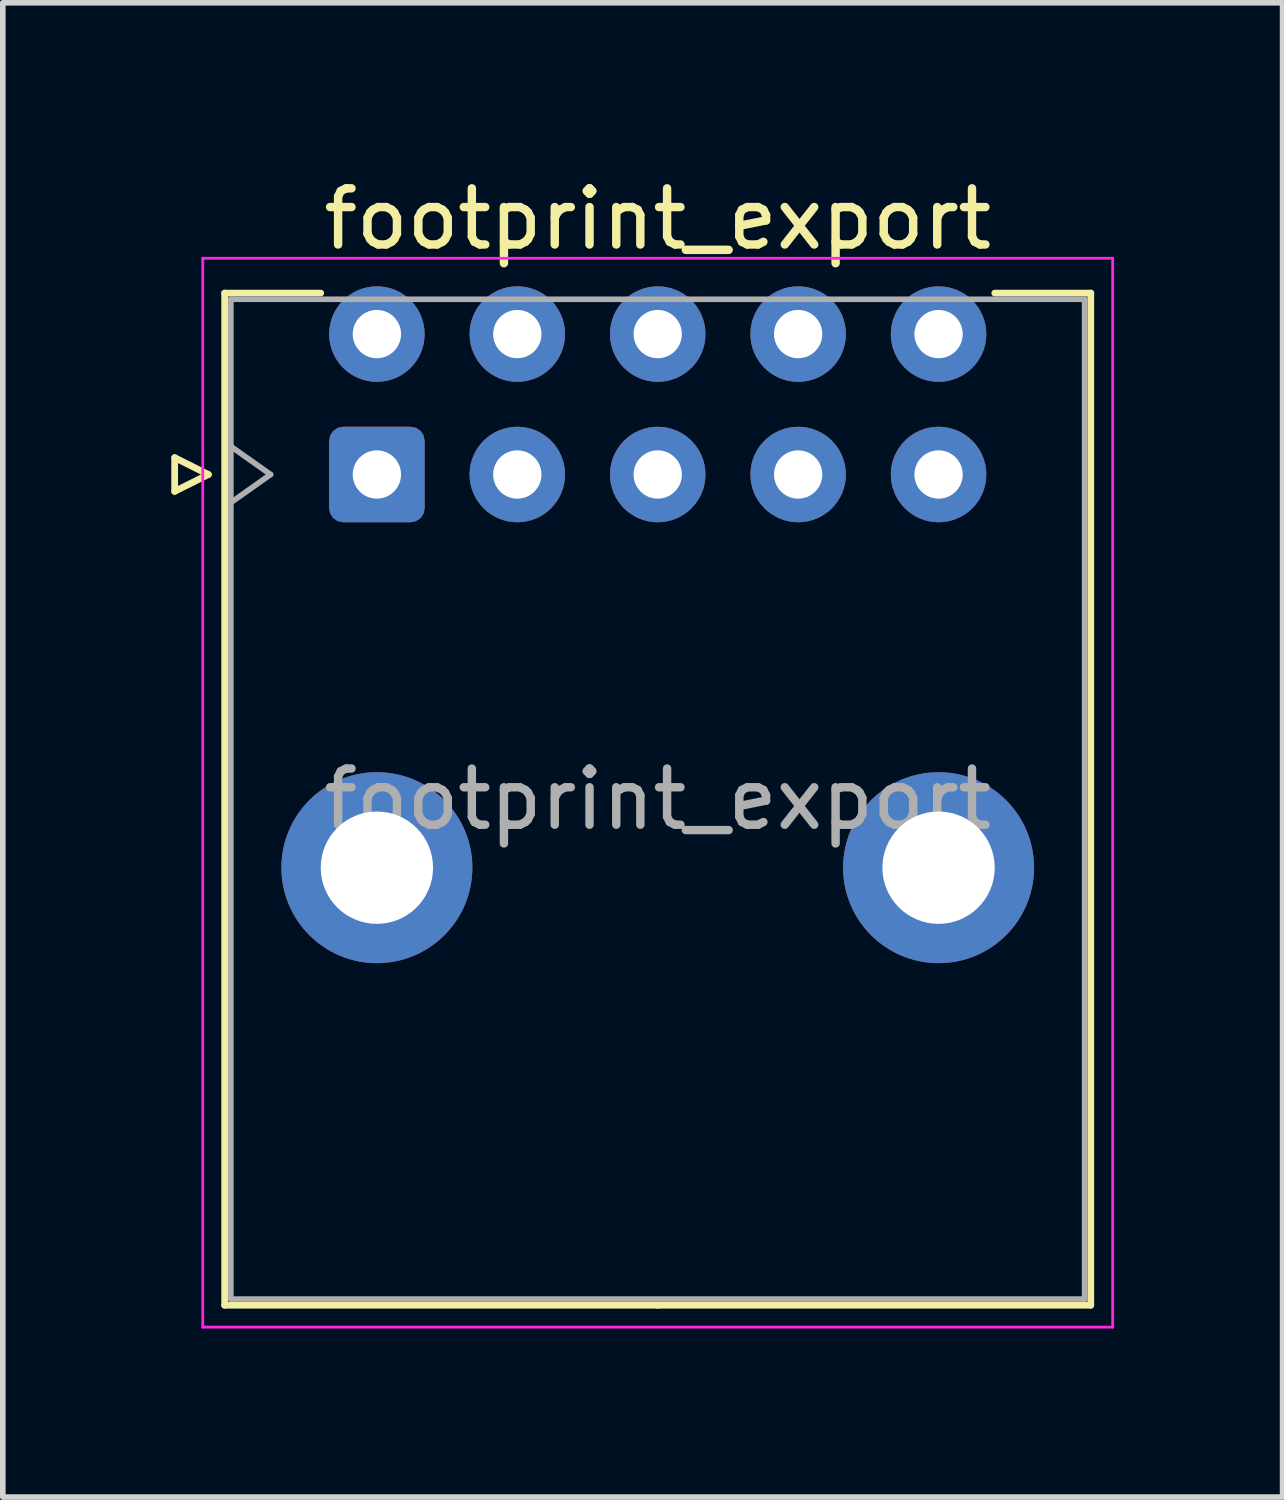
<source format=kicad_pcb>
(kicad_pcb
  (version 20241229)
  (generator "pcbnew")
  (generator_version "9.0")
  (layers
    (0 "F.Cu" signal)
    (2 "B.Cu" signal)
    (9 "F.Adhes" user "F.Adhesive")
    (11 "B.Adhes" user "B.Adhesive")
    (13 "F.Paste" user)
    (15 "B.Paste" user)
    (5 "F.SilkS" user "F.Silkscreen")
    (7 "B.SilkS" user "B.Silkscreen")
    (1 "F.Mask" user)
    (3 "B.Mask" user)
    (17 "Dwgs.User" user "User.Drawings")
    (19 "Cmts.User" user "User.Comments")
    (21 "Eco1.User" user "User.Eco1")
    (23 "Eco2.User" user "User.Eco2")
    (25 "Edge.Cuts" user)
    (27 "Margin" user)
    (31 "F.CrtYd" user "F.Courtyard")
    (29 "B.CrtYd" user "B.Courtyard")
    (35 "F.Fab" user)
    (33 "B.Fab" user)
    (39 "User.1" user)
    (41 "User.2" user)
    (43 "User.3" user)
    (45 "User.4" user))
  (footprint "footprint_export"
    (layer "F.Cu")
    (at 3.66 5.398)
    (property "Reference" "footprint_export" (at 5 -4.55 0) (layer "F.SilkS") (effects (font (size 1 1) (thickness 0.15))))
    (attr through_hole)
    (fp_line (start -3.6 -0.3) (end -3 0) (stroke (width 0.12) (type solid)) (layer "F.SilkS"))
    (fp_line (start -3.6 0.3) (end -3.6 -0.3) (stroke (width 0.12) (type solid)) (layer "F.SilkS"))
    (fp_line (start -3 0) (end -3.6 0.3) (stroke (width 0.12) (type solid)) (layer "F.SilkS"))
    (fp_line (start -2.71 -3.23) (end -2.71 14.79) (stroke (width 0.12) (type solid)) (layer "F.SilkS"))
    (fp_line (start -2.71 14.79) (end 5 14.79) (stroke (width 0.12) (type solid)) (layer "F.SilkS"))
    (fp_line (start -1 -3.23) (end -2.71 -3.23) (stroke (width 0.12) (type solid)) (layer "F.SilkS"))
    (fp_line (start 11 -3.23) (end 12.71 -3.23) (stroke (width 0.12) (type solid)) (layer "F.SilkS"))
    (fp_line (start 12.71 -3.23) (end 12.71 14.79) (stroke (width 0.12) (type solid)) (layer "F.SilkS"))
    (fp_line (start 12.71 14.79) (end 5 14.79) (stroke (width 0.12) (type solid)) (layer "F.SilkS"))
    (fp_line (start -3.1 -3.85) (end -3.1 15.18) (stroke (width 0.05) (type solid)) (layer "F.CrtYd"))
    (fp_line (start -3.1 15.18) (end 13.1 15.18) (stroke (width 0.05) (type solid)) (layer "F.CrtYd"))
    (fp_line (start 13.1 -3.85) (end -3.1 -3.85) (stroke (width 0.05) (type solid)) (layer "F.CrtYd"))
    (fp_line (start 13.1 15.18) (end 13.1 -3.85) (stroke (width 0.05) (type solid)) (layer "F.CrtYd"))
    (fp_line (start -2.6 -3.12) (end -2.6 14.68) (stroke (width 0.1) (type solid)) (layer "F.Fab"))
    (fp_line (start -2.6 0.5) (end -1.893 0) (stroke (width 0.1) (type solid)) (layer "F.Fab"))
    (fp_line (start -2.6 14.68) (end 12.6 14.68) (stroke (width 0.1) (type solid)) (layer "F.Fab"))
    (fp_line (start -1.893 0) (end -2.6 -0.5) (stroke (width 0.1) (type solid)) (layer "F.Fab"))
    (fp_line (start 12.6 -3.12) (end -2.6 -3.12) (stroke (width 0.1) (type solid)) (layer "F.Fab"))
    (fp_line (start 12.6 14.68) (end 12.6 -3.12) (stroke (width 0.1) (type solid)) (layer "F.Fab"))
    (fp_text user "${REFERENCE}" (at 5 5.78 0) (layer "F.Fab") (effects (font (size 1 1) (thickness 0.15))))
    (pad "" thru_hole circle (at 0 7) (size 3.4 3.4) (drill 2) (layers "*.Cu" "*.Mask"))
    (pad "" thru_hole circle (at 10 7) (size 3.4 3.4) (drill 2) (layers "*.Cu" "*.Mask"))
    (pad "1" thru_hole roundrect (at 0 0) (size 1.7 1.7) (drill 0.86) (layers "*.Cu" "*.Mask") (roundrect_rratio 0.147))
    (pad "2" thru_hole circle (at 2.5 0) (size 1.7 1.7) (drill 0.86) (layers "*.Cu" "*.Mask"))
    (pad "3" thru_hole circle (at 5 0) (size 1.7 1.7) (drill 0.86) (layers "*.Cu" "*.Mask"))
    (pad "4" thru_hole circle (at 7.5 0) (size 1.7 1.7) (drill 0.86) (layers "*.Cu" "*.Mask"))
    (pad "5" thru_hole circle (at 10 0) (size 1.7 1.7) (drill 0.86) (layers "*.Cu" "*.Mask"))
    (pad "6" thru_hole circle (at 0 -2.5) (size 1.7 1.7) (drill 0.86) (layers "*.Cu" "*.Mask"))
    (pad "7" thru_hole circle (at 2.5 -2.5) (size 1.7 1.7) (drill 0.86) (layers "*.Cu" "*.Mask"))
    (pad "8" thru_hole circle (at 5 -2.5) (size 1.7 1.7) (drill 0.86) (layers "*.Cu" "*.Mask"))
    (pad "9" thru_hole circle (at 7.5 -2.5) (size 1.7 1.7) (drill 0.86) (layers "*.Cu" "*.Mask"))
    (pad "10" thru_hole circle (at 10 -2.5) (size 1.7 1.7) (drill 0.86) (layers "*.Cu" "*.Mask")))
  (gr_rect
    (start -3 -3)
    (end 19.785 23.603)
    (stroke (width 0.1) (type default))
    (fill no)
    (layer "Edge.Cuts")))
</source>
